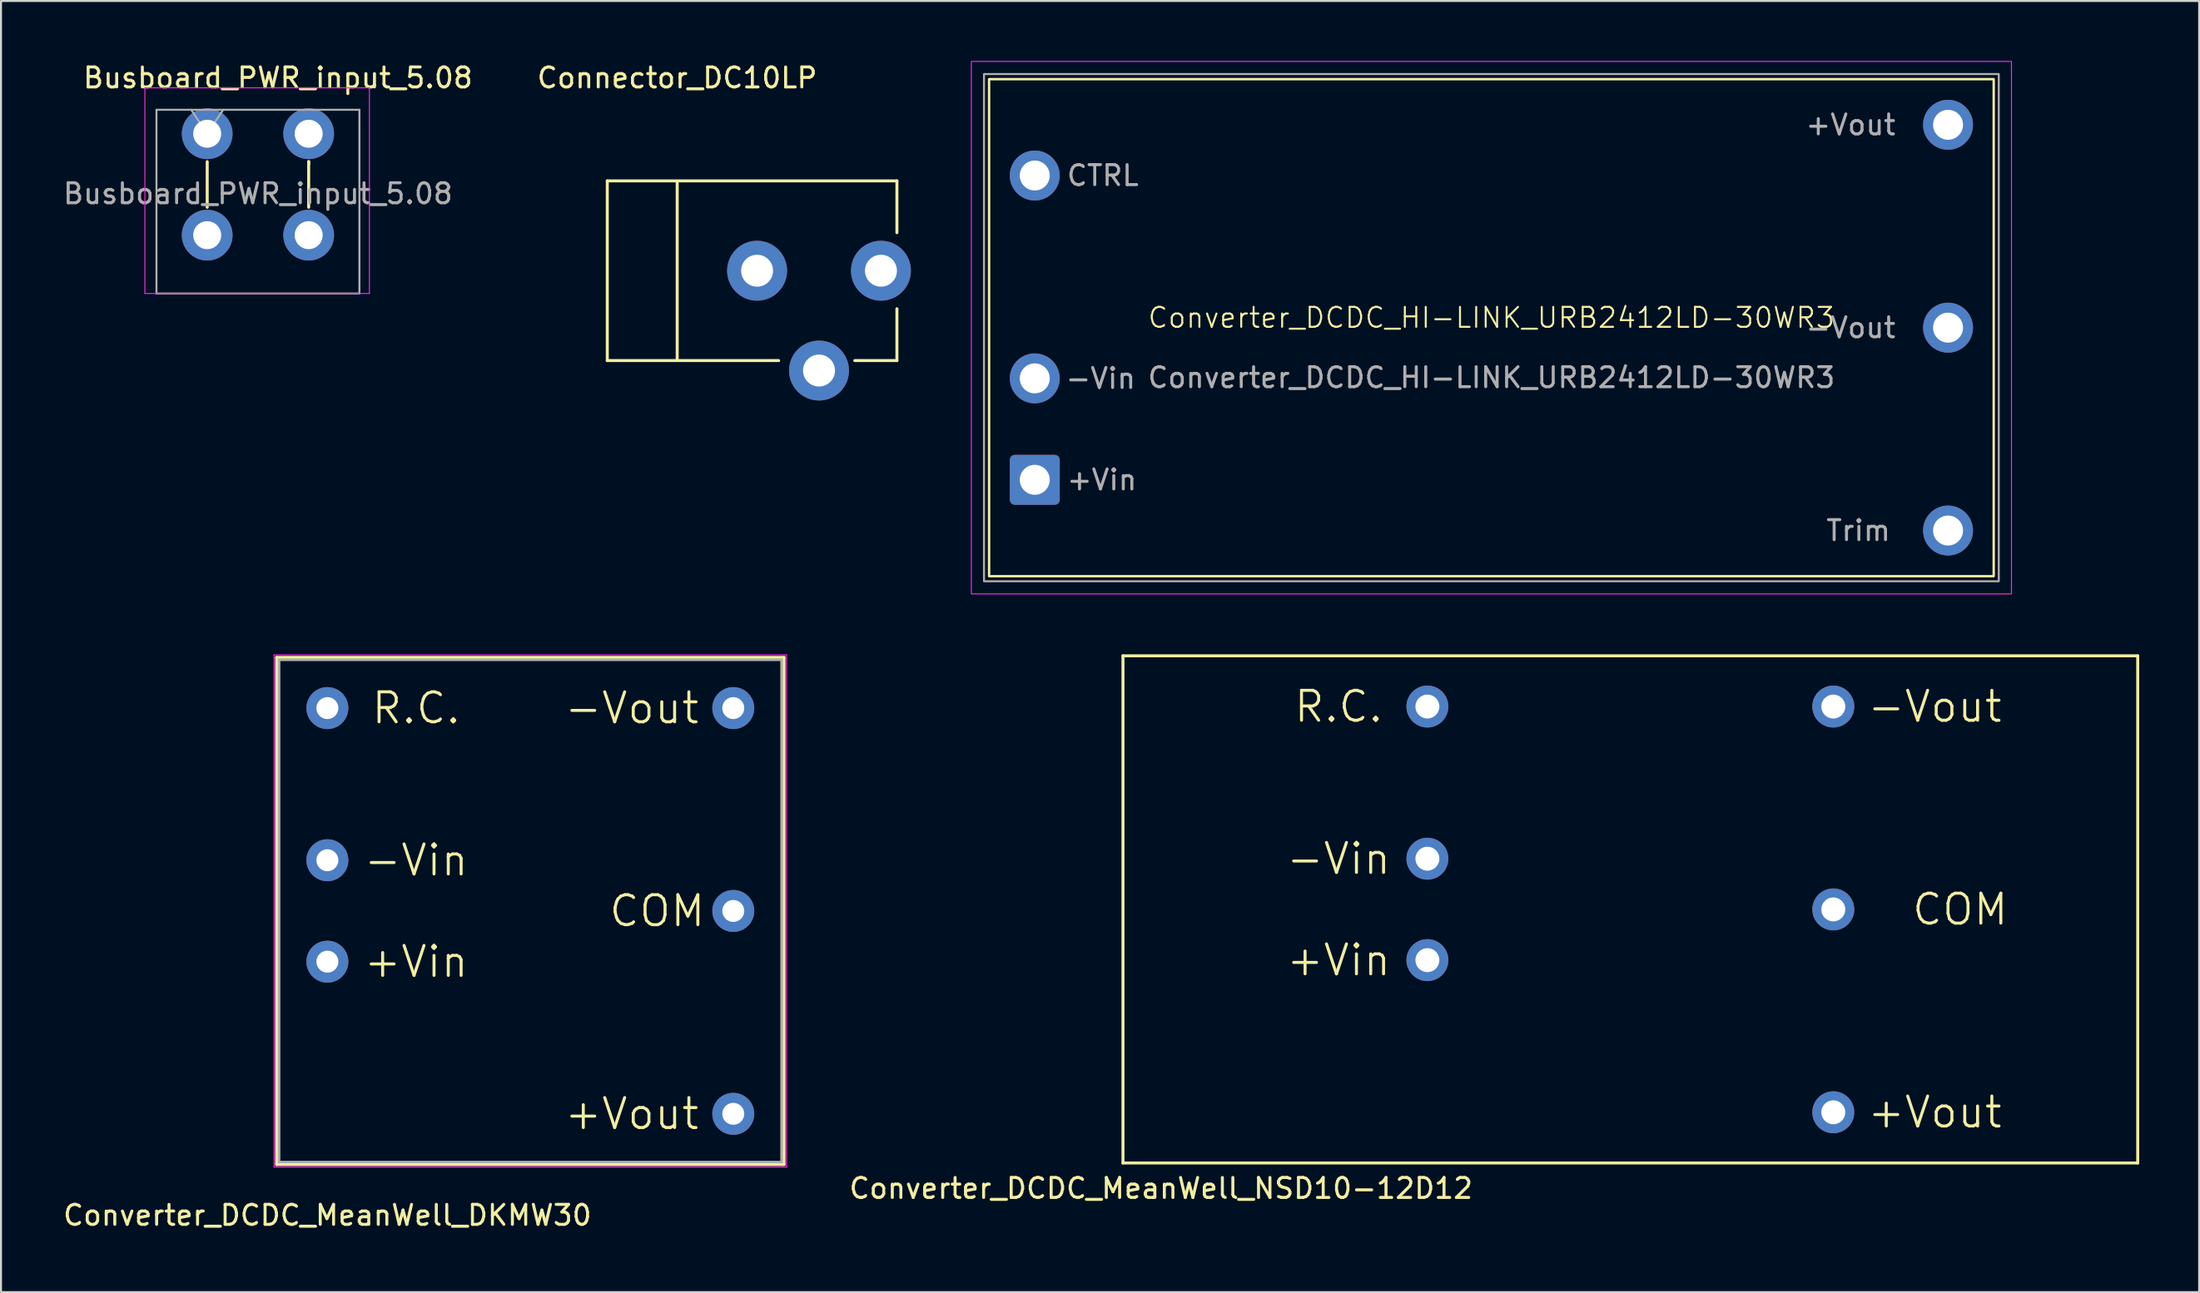
<source format=kicad_pcb>
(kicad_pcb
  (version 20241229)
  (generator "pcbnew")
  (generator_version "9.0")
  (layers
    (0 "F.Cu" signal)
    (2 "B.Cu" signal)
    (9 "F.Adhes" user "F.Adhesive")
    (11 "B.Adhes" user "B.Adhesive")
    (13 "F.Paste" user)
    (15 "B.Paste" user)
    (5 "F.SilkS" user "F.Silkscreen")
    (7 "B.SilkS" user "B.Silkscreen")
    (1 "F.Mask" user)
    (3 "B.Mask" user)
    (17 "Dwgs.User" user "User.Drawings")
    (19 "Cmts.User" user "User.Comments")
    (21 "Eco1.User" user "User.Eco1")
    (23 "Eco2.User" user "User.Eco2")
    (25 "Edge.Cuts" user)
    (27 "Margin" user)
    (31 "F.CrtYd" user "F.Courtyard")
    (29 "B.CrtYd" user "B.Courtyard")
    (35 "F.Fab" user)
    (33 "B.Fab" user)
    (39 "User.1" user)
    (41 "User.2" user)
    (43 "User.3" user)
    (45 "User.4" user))
  (footprint "Converter_DCDC_MeanWell_NSD10-12D12"
    (layer "F.Cu")
    (at 78.567 42.495)
    (property "Reference" "Converter_DCDC_MeanWell_NSD10-12D12" (at -23.495 13.97 0) (layer "F.SilkS") (effects (font (size 1 1) (thickness 0.15))))
    (attr through_hole)
    (fp_line (start -25.4 -12.7) (end -25.4 12.7) (stroke (width 0.15) (type solid)) (layer "F.SilkS"))
    (fp_line (start -25.4 12.7) (end 25.4 12.7) (stroke (width 0.15) (type solid)) (layer "F.SilkS"))
    (fp_line (start 25.4 -12.7) (end -25.4 -12.7) (stroke (width 0.15) (type solid)) (layer "F.SilkS"))
    (fp_line (start 25.4 12.7) (end 25.4 -12.7) (stroke (width 0.15) (type solid)) (layer "F.SilkS"))
    (fp_text user "-Vout" (at 15.24 -10.16 0) (layer "F.SilkS") (effects (font (size 1.5 1.5) (thickness 0.15))))
    (fp_text user "COM" (at 16.51 0 0) (layer "F.SilkS") (effects (font (size 1.5 1.5) (thickness 0.15))))
    (fp_text user "+Vin" (at -14.605 2.54 0) (layer "F.SilkS") (effects (font (size 1.5 1.5) (thickness 0.15))))
    (fp_text user "R.C." (at -14.605 -10.16 0) (layer "F.SilkS") (effects (font (size 1.5 1.5) (thickness 0.15))))
    (fp_text user "+Vout" (at 15.24 10.16 0) (layer "F.SilkS") (effects (font (size 1.5 1.5) (thickness 0.15))))
    (fp_text user "-Vin" (at -14.605 -2.54 0) (layer "F.SilkS") (effects (font (size 1.5 1.5) (thickness 0.15))))
    (pad "1" thru_hole circle (at -10.16 2.54 90) (size 2.1 2.1) (drill 1.2) (layers "*.Cu" "*.Mask"))
    (pad "2" thru_hole circle (at -10.16 -2.54 90) (size 2.1 2.1) (drill 1.2) (layers "*.Cu" "*.Mask"))
    (pad "3" thru_hole circle (at 10.16 10.16 90) (size 2.1 2.1) (drill 1.2) (layers "*.Cu" "*.Mask"))
    (pad "4" thru_hole circle (at 10.16 0 90) (size 2.1 2.1) (drill 1.2) (layers "*.Cu" "*.Mask"))
    (pad "5" thru_hole circle (at 10.16 -10.16 90) (size 2.1 2.1) (drill 1.2) (layers "*.Cu" "*.Mask"))
    (pad "6" thru_hole circle (at -10.16 -10.16 90) (size 2.1 2.1) (drill 1.2) (layers "*.Cu" "*.Mask")))
  (footprint "Connector_DC10LP"
    (layer "F.Cu")
    (at 30.851 10.508)
    (property "Reference" "Connector_DC10LP" (at 0 -9.66 0) (layer "F.SilkS") (effects (font (size 1 1) (thickness 0.15))))
    (attr through_hole)
    (fp_line (start -3.5 -4.5) (end -3.5 4.5) (stroke (width 0.15) (type solid)) (layer "F.SilkS"))
    (fp_line (start -3.5 -4.5) (end 11 -4.5) (stroke (width 0.15) (type solid)) (layer "F.SilkS"))
    (fp_line (start -3.5 4.5) (end 5.08 4.5) (stroke (width 0.15) (type solid)) (layer "F.SilkS"))
    (fp_line (start 0 -4.445) (end 0 4.445) (stroke (width 0.15) (type solid)) (layer "F.SilkS"))
    (fp_line (start 11 -4.5) (end 11 -1.905) (stroke (width 0.15) (type solid)) (layer "F.SilkS"))
    (fp_line (start 11 4.5) (end 8.89 4.5) (stroke (width 0.15) (type solid)) (layer "F.SilkS"))
    (fp_line (start 11 4.5) (end 11 1.905) (stroke (width 0.15) (type solid)) (layer "F.SilkS"))
    (pad "1" thru_hole circle (at 10.2 0) (size 3 3) (drill 1.6) (layers "*.Cu" "*.Mask"))
    (pad "2" thru_hole circle (at 7.1 5) (size 3 3) (drill 1.6) (layers "*.Cu" "*.Mask"))
    (pad "3" thru_hole circle (at 4 0) (size 3 3) (drill 1.6) (layers "*.Cu" "*.Mask")))
  (footprint "Converter_DCDC_HI-LINK_URB2412LD-30WR3"
    (layer "F.Cu")
    (at 71.611 13.36)
    (property "Reference" "Converter_DCDC_HI-LINK_URB2412LD-30WR3" (at 0 -0.5 0) (unlocked yes) (layer "F.SilkS") (effects (font (size 1 1) (thickness 0.1))))
    (attr through_hole)
    (fp_rect (start -25.146 -12.446) (end 25.146 12.446) (stroke (width 0.12) (type solid)) (fill no) (layer "F.SilkS"))
    (fp_rect (start -26.035 -13.335) (end 26.035 13.335) (stroke (width 0.05) (type default)) (fill no) (layer "F.CrtYd"))
    (fp_rect (start -25.4 -12.7) (end 25.4 12.7) (stroke (width 0.1) (type default)) (fill no) (layer "F.Fab"))
    (fp_text user "-Vin" (at -19.558 2.54 0) (unlocked yes) (layer "F.Fab") (effects (font (size 1 1) (thickness 0.15))))
    (fp_text user "Trim" (at 20.066 10.16 0) (unlocked yes) (layer "F.Fab") (effects (font (size 1 1) (thickness 0.15)) (justify right)))
    (fp_text user "+Vout" (at 20.32 -10.16 0) (unlocked yes) (layer "F.Fab") (effects (font (size 1 1) (thickness 0.15)) (justify right)))
    (fp_text user "-Vout" (at 20.32 0 0) (unlocked yes) (layer "F.Fab") (effects (font (size 1 1) (thickness 0.15)) (justify right)))
    (fp_text user "${REFERENCE}" (at 0 2.5 0) (unlocked yes) (layer "F.Fab") (effects (font (size 1 1) (thickness 0.15))))
    (fp_text user "CTRL" (at -21.336 -7.62 0) (unlocked yes) (layer "F.Fab") (effects (font (size 1 1) (thickness 0.15)) (justify left)))
    (fp_text user "+Vin" (at -21.336 7.62 0) (unlocked yes) (layer "F.Fab") (effects (font (size 1 1) (thickness 0.15)) (justify left)))
    (pad "1" thru_hole roundrect (at -22.86 7.62) (size 2.5 2.5) (drill 1.5) (layers "*.Cu" "*.Mask") (roundrect_rratio 0.1))
    (pad "2" thru_hole circle (at -22.86 2.54) (size 2.5 2.5) (drill 1.5) (layers "*.Cu" "*.Mask"))
    (pad "3" thru_hole circle (at -22.86 -7.62) (size 2.5 2.5) (drill 1.5) (layers "*.Cu" "*.Mask"))
    (pad "4" thru_hole circle (at 22.86 -10.16) (size 2.5 2.5) (drill 1.5) (layers "*.Cu" "*.Mask"))
    (pad "5" thru_hole circle (at 22.86 0) (size 2.5 2.5) (drill 1.5) (layers "*.Cu" "*.Mask"))
    (pad "6" thru_hole circle (at 22.86 10.16) (size 2.5 2.5) (drill 1.5) (layers "*.Cu" "*.Mask")))
  (footprint "Converter_DCDC_MeanWell_DKMW30"
    (layer "F.Cu")
    (at 23.499 42.572)
    (property "Reference" "Converter_DCDC_MeanWell_DKMW30" (at -10.16 15.24 0) (layer "F.SilkS") (effects (font (size 1 1) (thickness 0.15))))
    (attr through_hole)
    (fp_line (start -12.7 -12.7) (end -12.7 12.7) (stroke (width 0.15) (type solid)) (layer "F.SilkS"))
    (fp_line (start -12.7 12.7) (end 12.7 12.7) (stroke (width 0.15) (type solid)) (layer "F.SilkS"))
    (fp_line (start 12.7 -12.7) (end -12.7 -12.7) (stroke (width 0.15) (type solid)) (layer "F.SilkS"))
    (fp_line (start 12.7 12.7) (end 12.7 -12.7) (stroke (width 0.15) (type solid)) (layer "F.SilkS"))
    (fp_line (start -12.827 -12.827) (end 12.827 -12.827) (stroke (width 0.05) (type solid)) (layer "F.CrtYd"))
    (fp_line (start -12.827 12.827) (end -12.827 -12.827) (stroke (width 0.05) (type solid)) (layer "F.CrtYd"))
    (fp_line (start 12.827 -12.827) (end 12.827 12.827) (stroke (width 0.05) (type solid)) (layer "F.CrtYd"))
    (fp_line (start 12.827 12.827) (end -12.827 12.827) (stroke (width 0.05) (type solid)) (layer "F.CrtYd"))
    (fp_line (start -12.573 -12.573) (end 12.573 -12.573) (stroke (width 0.12) (type solid)) (layer "F.Fab"))
    (fp_line (start -12.573 12.573) (end -12.573 -12.573) (stroke (width 0.12) (type solid)) (layer "F.Fab"))
    (fp_line (start 12.573 -12.573) (end 12.573 12.573) (stroke (width 0.12) (type solid)) (layer "F.Fab"))
    (fp_line (start 12.573 12.573) (end -12.573 12.573) (stroke (width 0.12) (type solid)) (layer "F.Fab"))
    (fp_text user "+Vout" (at 5.08 10.16 0) (layer "F.SilkS") (effects (font (size 1.5 1.5) (thickness 0.15))))
    (fp_text user "-Vin" (at -5.715 -2.54 0) (layer "F.SilkS") (effects (font (size 1.5 1.5) (thickness 0.15))))
    (fp_text user "+Vin" (at -5.715 2.54 0) (layer "F.SilkS") (effects (font (size 1.5 1.5) (thickness 0.15))))
    (fp_text user "-Vout" (at 5.08 -10.16 0) (layer "F.SilkS") (effects (font (size 1.5 1.5) (thickness 0.15))))
    (fp_text user "R.C." (at -5.715 -10.16 0) (layer "F.SilkS") (effects (font (size 1.5 1.5) (thickness 0.15))))
    (fp_text user "COM" (at 6.35 0 0) (layer "F.SilkS") (effects (font (size 1.5 1.5) (thickness 0.15))))
    (pad "1" thru_hole circle (at -10.16 2.54 90) (size 2.1 2.1) (drill 1.1) (layers "*.Cu" "*.Mask"))
    (pad "2" thru_hole circle (at -10.16 -2.54 90) (size 2.1 2.1) (drill 1.1) (layers "*.Cu" "*.Mask"))
    (pad "3" thru_hole circle (at 10.16 10.16 90) (size 2.1 2.1) (drill 1.1) (layers "*.Cu" "*.Mask"))
    (pad "4" thru_hole circle (at 10.16 0 90) (size 2.1 2.1) (drill 1.1) (layers "*.Cu" "*.Mask"))
    (pad "5" thru_hole circle (at 10.16 -10.16 90) (size 2.1 2.1) (drill 1.1) (layers "*.Cu" "*.Mask"))
    (pad "6" thru_hole circle (at -10.16 -10.16 90) (size 2.1 2.1) (drill 1.1) (layers "*.Cu" "*.Mask")))
  (footprint "Busboard_PWR_input_5.08"
    (layer "F.Cu")
    (at 7.323 3.648)
    (property "Reference" "Busboard_PWR_input_5.08" (at 3.54 -2.8 0) (layer "F.SilkS") (effects (font (size 1 1) (thickness 0.15))))
    (attr through_hole)
    (fp_line (start 0 3.683) (end 0 1.397) (stroke (width 0.15) (type solid)) (layer "F.SilkS"))
    (fp_line (start 5.08 1.397) (end 5.08 1.524) (stroke (width 0.15) (type solid)) (layer "F.SilkS"))
    (fp_line (start 5.08 3.683) (end 5.08 1.397) (stroke (width 0.15) (type solid)) (layer "F.SilkS"))
    (fp_line (start -3.12 -2.3) (end -3.12 8.001) (stroke (width 0.05) (type solid)) (layer "F.CrtYd"))
    (fp_line (start -3.12 8.001) (end 8.12 8.001) (stroke (width 0.05) (type solid)) (layer "F.CrtYd"))
    (fp_line (start 8.12 -2.3) (end -3.12 -2.3) (stroke (width 0.05) (type solid)) (layer "F.CrtYd"))
    (fp_line (start 8.12 8.001) (end 8.12 -2.3) (stroke (width 0.05) (type solid)) (layer "F.CrtYd"))
    (fp_line (start -2.54 -1.2) (end -2.54 8) (stroke (width 0.1) (type solid)) (layer "F.Fab"))
    (fp_line (start -2.54 8) (end 7.62 8) (stroke (width 0.1) (type solid)) (layer "F.Fab"))
    (fp_line (start 0 0) (end -0.8 -1.2) (stroke (width 0.1) (type solid)) (layer "F.Fab"))
    (fp_line (start 0.8 -1.2) (end 0 0) (stroke (width 0.1) (type solid)) (layer "F.Fab"))
    (fp_line (start 7.62 -1.2) (end -2.54 -1.2) (stroke (width 0.1) (type solid)) (layer "F.Fab"))
    (fp_line (start 7.62 8) (end 7.62 -1.2) (stroke (width 0.1) (type solid)) (layer "F.Fab"))
    (fp_text user "${REFERENCE}" (at 2.54 3 0) (layer "F.Fab") (effects (font (size 1 1) (thickness 0.15))))
    (pad "1" thru_hole circle (at 0 0) (size 2.54 2.54) (drill 1.4) (layers "*.Cu" "*.Mask"))
    (pad "1" thru_hole circle (at 0 5.08) (size 2.54 2.54) (drill 1.4) (layers "*.Cu" "*.Mask"))
    (pad "2" thru_hole circle (at 5.08 0) (size 2.54 2.54) (drill 1.4) (layers "*.Cu" "*.Mask"))
    (pad "2" thru_hole circle (at 5.08 5.08) (size 2.54 2.54) (drill 1.4) (layers "*.Cu" "*.Mask")))
  (gr_rect
    (start -3 -3)
    (end 107.042 61.66)
    (stroke (width 0.1) (type default))
    (fill no)
    (layer "Edge.Cuts")))
</source>
